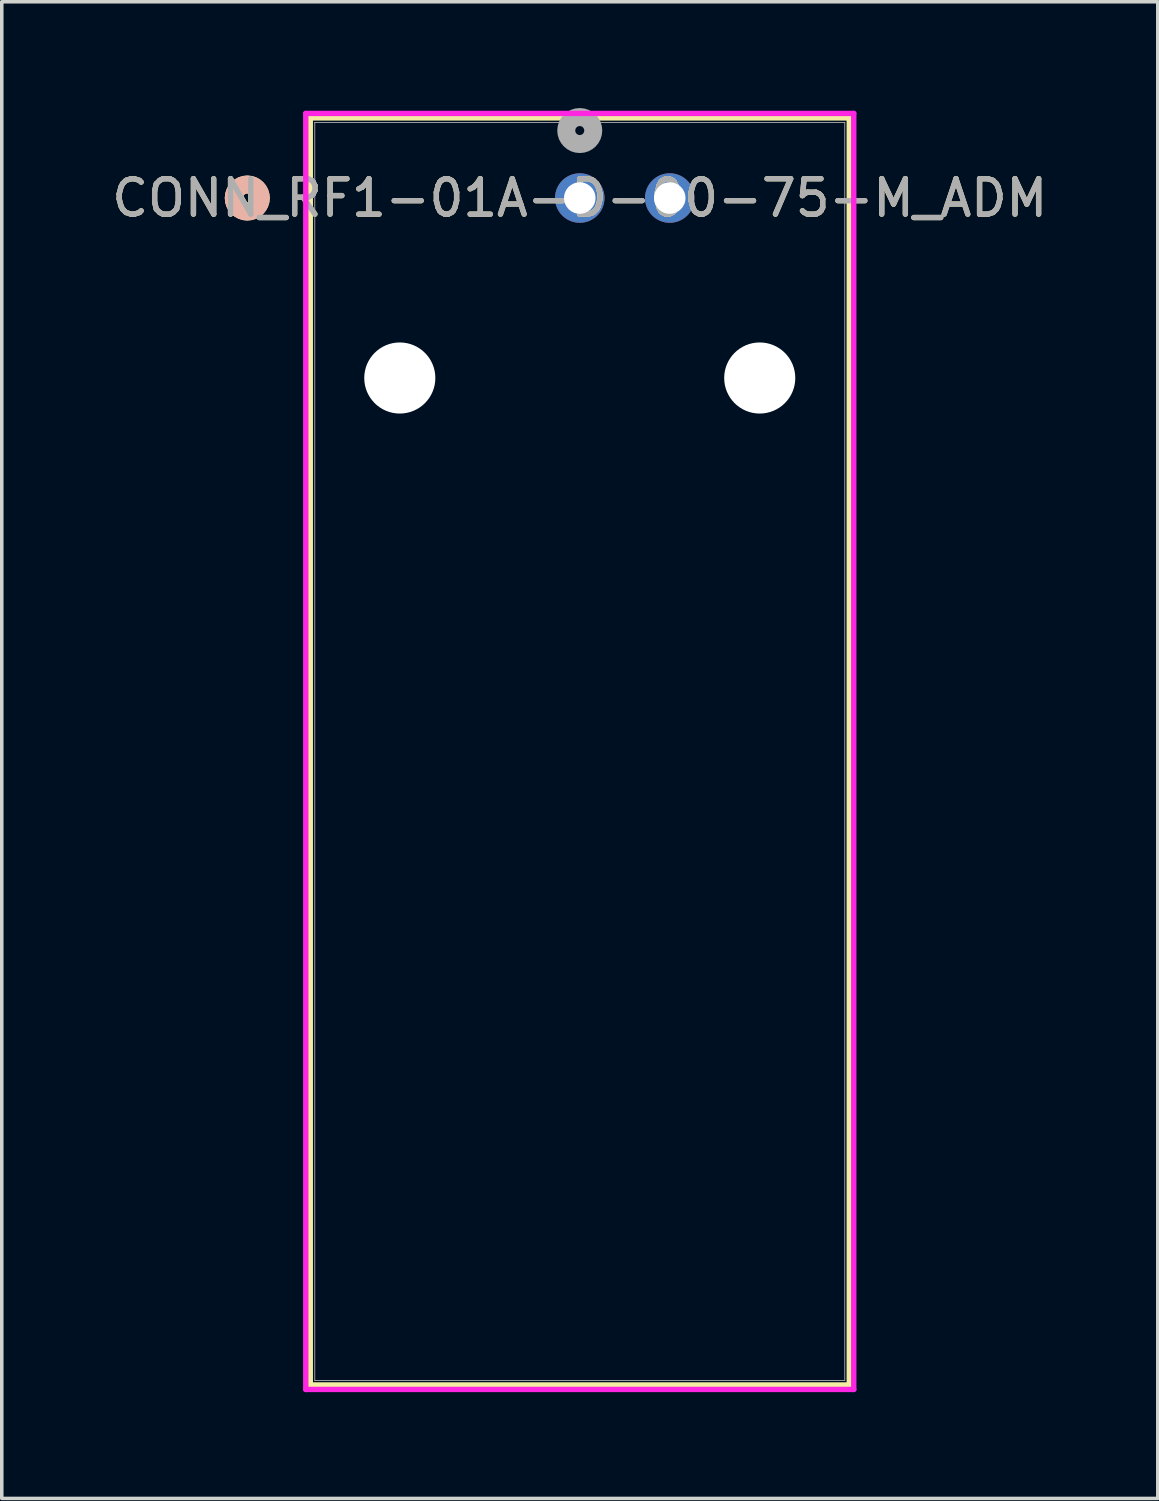
<source format=kicad_pcb>
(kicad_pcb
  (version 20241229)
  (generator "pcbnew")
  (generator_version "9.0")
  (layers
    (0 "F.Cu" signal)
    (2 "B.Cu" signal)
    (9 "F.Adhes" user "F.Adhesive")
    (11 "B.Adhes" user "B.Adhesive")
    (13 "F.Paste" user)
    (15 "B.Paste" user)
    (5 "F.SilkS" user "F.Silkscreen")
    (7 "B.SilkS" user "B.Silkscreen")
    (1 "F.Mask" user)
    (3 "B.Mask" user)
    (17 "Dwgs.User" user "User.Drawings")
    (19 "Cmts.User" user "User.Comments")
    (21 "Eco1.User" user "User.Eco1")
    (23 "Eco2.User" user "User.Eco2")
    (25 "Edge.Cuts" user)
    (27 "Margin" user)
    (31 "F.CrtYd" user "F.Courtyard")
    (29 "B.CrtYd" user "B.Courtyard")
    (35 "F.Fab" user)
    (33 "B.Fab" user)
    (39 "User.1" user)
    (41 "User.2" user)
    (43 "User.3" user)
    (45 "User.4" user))
  (footprint "CONN_RF1-01A-D-00-75-M_ADM"
    (layer "F.Cu")
    (at 13.315 2.54)
    (property "Reference" "CONN_RF1-01A-D-00-75-M_ADM" (at 0 0 0) (unlocked yes) (layer "F.SilkS") (effects (font (size 1 1) (thickness 0.15))))
    (attr through_hole)
    (fp_line (start -7.607 -2.261) (end -7.607 33.503) (stroke (width 0.152) (type solid)) (layer "F.SilkS"))
    (fp_line (start -7.607 33.503) (end 7.607 33.503) (stroke (width 0.152) (type solid)) (layer "F.SilkS"))
    (fp_line (start 7.607 -2.261) (end -7.607 -2.261) (stroke (width 0.152) (type solid)) (layer "F.SilkS"))
    (fp_line (start 7.607 33.503) (end 7.607 -2.261) (stroke (width 0.152) (type solid)) (layer "F.SilkS"))
    (fp_circle (center -9.385 0) (end -9.004 0) (stroke (width 0.508) (type solid)) (fill no) (layer "F.SilkS"))
    (fp_circle (center -9.385 0) (end -9.004 0) (stroke (width 0.508) (type solid)) (fill no) (layer "B.SilkS"))
    (fp_line (start -7.734 -2.388) (end -7.734 33.63) (stroke (width 0.152) (type solid)) (layer "F.CrtYd"))
    (fp_line (start -7.734 33.63) (end 7.734 33.63) (stroke (width 0.152) (type solid)) (layer "F.CrtYd"))
    (fp_line (start 7.734 -2.388) (end -7.734 -2.388) (stroke (width 0.152) (type solid)) (layer "F.CrtYd"))
    (fp_line (start 7.734 33.63) (end 7.734 -2.388) (stroke (width 0.152) (type solid)) (layer "F.CrtYd"))
    (fp_line (start -7.48 -2.134) (end -7.48 33.376) (stroke (width 0.025) (type solid)) (layer "F.Fab"))
    (fp_line (start -7.48 33.376) (end 7.48 33.376) (stroke (width 0.025) (type solid)) (layer "F.Fab"))
    (fp_line (start 7.48 -2.134) (end -7.48 -2.134) (stroke (width 0.025) (type solid)) (layer "F.Fab"))
    (fp_line (start 7.48 33.376) (end 7.48 -2.134) (stroke (width 0.025) (type solid)) (layer "F.Fab"))
    (fp_circle (center 0 -1.905) (end 0.381 -1.905) (stroke (width 0.508) (type solid)) (fill no) (layer "F.Fab"))
    (fp_text user "${REFERENCE}" (at 0 0 0) (unlocked yes) (layer "F.Fab") (effects (font (size 1 1) (thickness 0.15))))
    (pad "" np_thru_hole circle (at -5.08 5.08) (size 2.007 2.007) (drill 2.007) (layers "*.Cu" "*.Mask"))
    (pad "" np_thru_hole circle (at 5.08 5.08) (size 2.007 2.007) (drill 2.007) (layers "*.Cu" "*.Mask"))
    (pad "1" thru_hole circle (at 0 0) (size 1.397 1.397) (drill 0.889) (layers "*.Cu" "*.Mask"))
    (pad "2" thru_hole circle (at 2.54 0) (size 1.397 1.397) (drill 0.889) (layers "*.Cu" "*.Mask")))
  (gr_rect
    (start -3 -3)
    (end 29.631 39.246)
    (stroke (width 0.1) (type default))
    (fill no)
    (layer "Edge.Cuts")))
</source>
